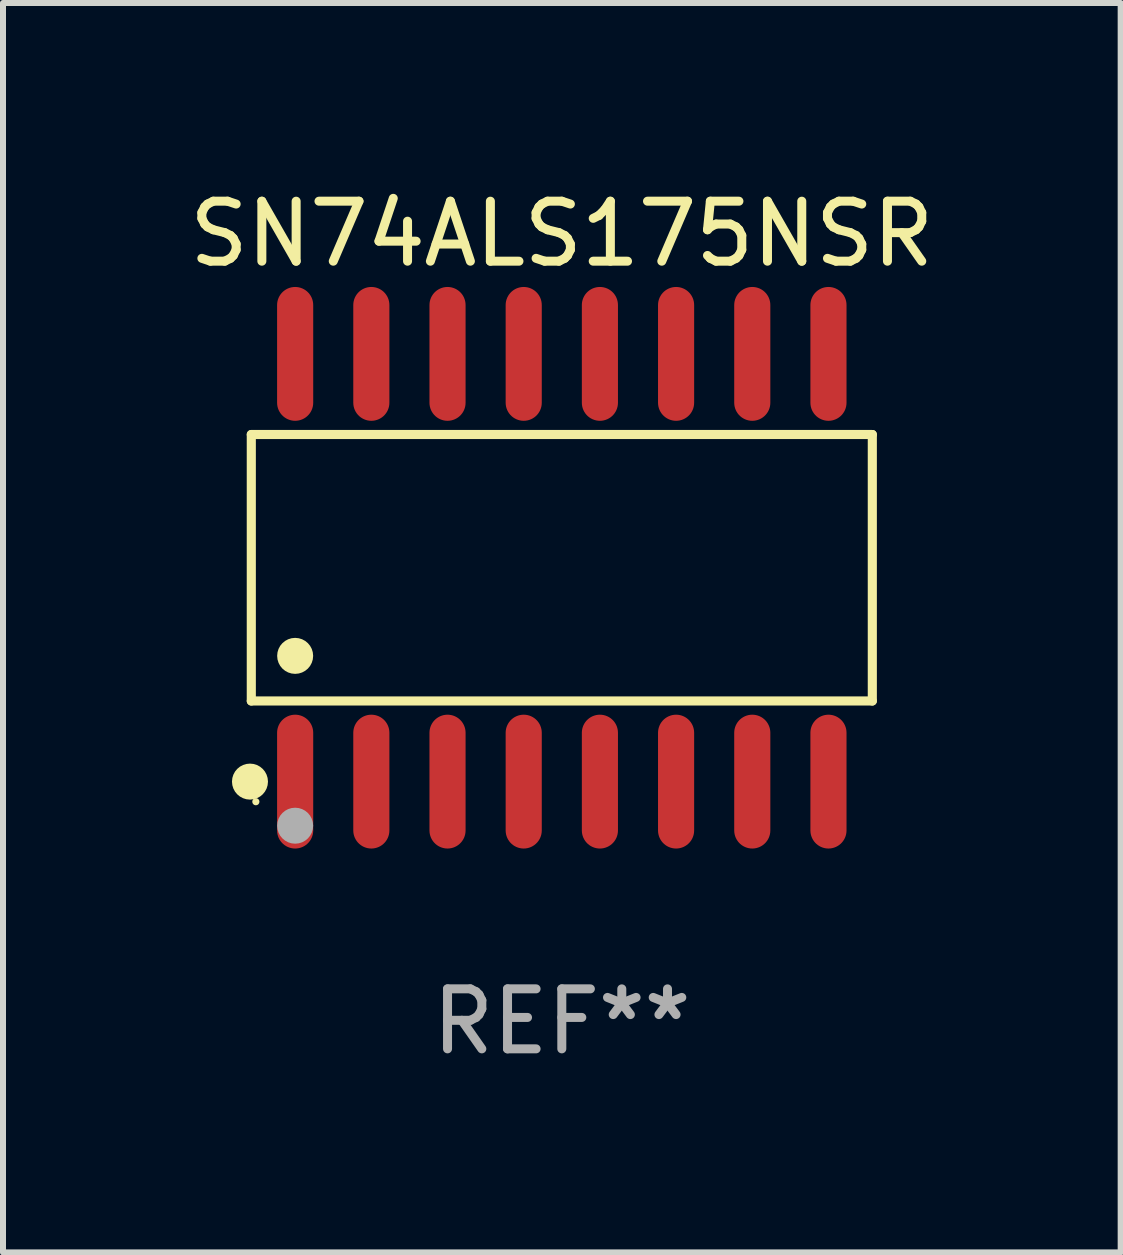
<source format=kicad_pcb>
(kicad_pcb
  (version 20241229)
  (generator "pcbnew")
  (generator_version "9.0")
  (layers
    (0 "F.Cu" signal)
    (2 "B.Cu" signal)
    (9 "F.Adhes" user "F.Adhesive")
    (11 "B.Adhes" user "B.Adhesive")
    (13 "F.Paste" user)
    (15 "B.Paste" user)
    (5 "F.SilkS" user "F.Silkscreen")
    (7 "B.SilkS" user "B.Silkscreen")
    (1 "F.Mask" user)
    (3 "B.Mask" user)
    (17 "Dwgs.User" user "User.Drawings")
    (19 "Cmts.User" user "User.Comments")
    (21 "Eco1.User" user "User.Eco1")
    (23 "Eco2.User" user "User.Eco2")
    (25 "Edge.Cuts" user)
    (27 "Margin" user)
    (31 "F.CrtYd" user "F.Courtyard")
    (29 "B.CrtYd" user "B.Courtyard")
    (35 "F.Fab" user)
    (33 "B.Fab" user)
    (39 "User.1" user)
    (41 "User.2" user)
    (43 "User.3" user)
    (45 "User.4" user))
  (footprint "SN74ALS175NSR"
    (layer "F.Cu")
    (at 6.315 6.414)
    (property "Reference" "SN74ALS175NSR" (at 0 -5.565 0) (layer "F.SilkS") (effects (font (size 1 1) (thickness 0.15))))
    (attr through_hole)
    (fp_line (start -5.176 -2.221) (end 5.176 -2.221) (stroke (width 0.152) (type solid)) (layer "F.SilkS"))
    (fp_line (start -5.176 2.221) (end -5.176 -2.221) (stroke (width 0.152) (type solid)) (layer "F.SilkS"))
    (fp_line (start 5.176 -2.221) (end 5.176 2.221) (stroke (width 0.152) (type solid)) (layer "F.SilkS"))
    (fp_line (start 5.176 2.221) (end -5.176 2.221) (stroke (width 0.152) (type solid)) (layer "F.SilkS"))
    (fp_circle (center -5.198 3.565) (end -5.048 3.565) (stroke (width 0.3) (type solid)) (fill no) (layer "F.SilkS"))
    (fp_circle (center -5.1 3.9) (end -5.07 3.9) (stroke (width 0.06) (type solid)) (fill no) (layer "F.SilkS"))
    (fp_circle (center -4.445 1.469) (end -4.295 1.469) (stroke (width 0.3) (type solid)) (fill no) (layer "F.SilkS"))
    (fp_circle (center -4.445 4.3) (end -4.295 4.3) (stroke (width 0.3) (type solid)) (fill no) (layer "F.Fab"))
    (fp_text user "REF**" (at 0 7.565 0) (layer "F.Fab") (effects (font (size 1 1) (thickness 0.15))))
    (pad "1" smd oval (at -4.445 3.565) (size 0.602 2.231) (layers "F.Cu" "F.Mask" "F.Paste"))
    (pad "2" smd oval (at -3.175 3.565) (size 0.602 2.231) (layers "F.Cu" "F.Mask" "F.Paste"))
    (pad "3" smd oval (at -1.905 3.565) (size 0.602 2.231) (layers "F.Cu" "F.Mask" "F.Paste"))
    (pad "4" smd oval (at -0.635 3.565) (size 0.602 2.231) (layers "F.Cu" "F.Mask" "F.Paste"))
    (pad "5" smd oval (at 0.635 3.565) (size 0.602 2.231) (layers "F.Cu" "F.Mask" "F.Paste"))
    (pad "6" smd oval (at 1.905 3.565) (size 0.602 2.231) (layers "F.Cu" "F.Mask" "F.Paste"))
    (pad "7" smd oval (at 3.175 3.565) (size 0.602 2.231) (layers "F.Cu" "F.Mask" "F.Paste"))
    (pad "8" smd oval (at 4.445 3.565) (size 0.602 2.231) (layers "F.Cu" "F.Mask" "F.Paste"))
    (pad "9" smd oval (at 4.445 -3.565) (size 0.602 2.231) (layers "F.Cu" "F.Mask" "F.Paste"))
    (pad "10" smd oval (at 3.175 -3.565) (size 0.602 2.231) (layers "F.Cu" "F.Mask" "F.Paste"))
    (pad "11" smd oval (at 1.905 -3.565) (size 0.602 2.231) (layers "F.Cu" "F.Mask" "F.Paste"))
    (pad "12" smd oval (at 0.635 -3.565) (size 0.602 2.231) (layers "F.Cu" "F.Mask" "F.Paste"))
    (pad "13" smd oval (at -0.635 -3.565) (size 0.602 2.231) (layers "F.Cu" "F.Mask" "F.Paste"))
    (pad "14" smd oval (at -1.905 -3.565) (size 0.602 2.231) (layers "F.Cu" "F.Mask" "F.Paste"))
    (pad "15" smd oval (at -3.175 -3.565) (size 0.602 2.231) (layers "F.Cu" "F.Mask" "F.Paste"))
    (pad "16" smd oval (at -4.445 -3.565) (size 0.602 2.231) (layers "F.Cu" "F.Mask" "F.Paste")))
  (gr_rect
    (start -3 -3)
    (end 15.631 17.827)
    (stroke (width 0.1) (type default))
    (fill no)
    (layer "Edge.Cuts")))
</source>
